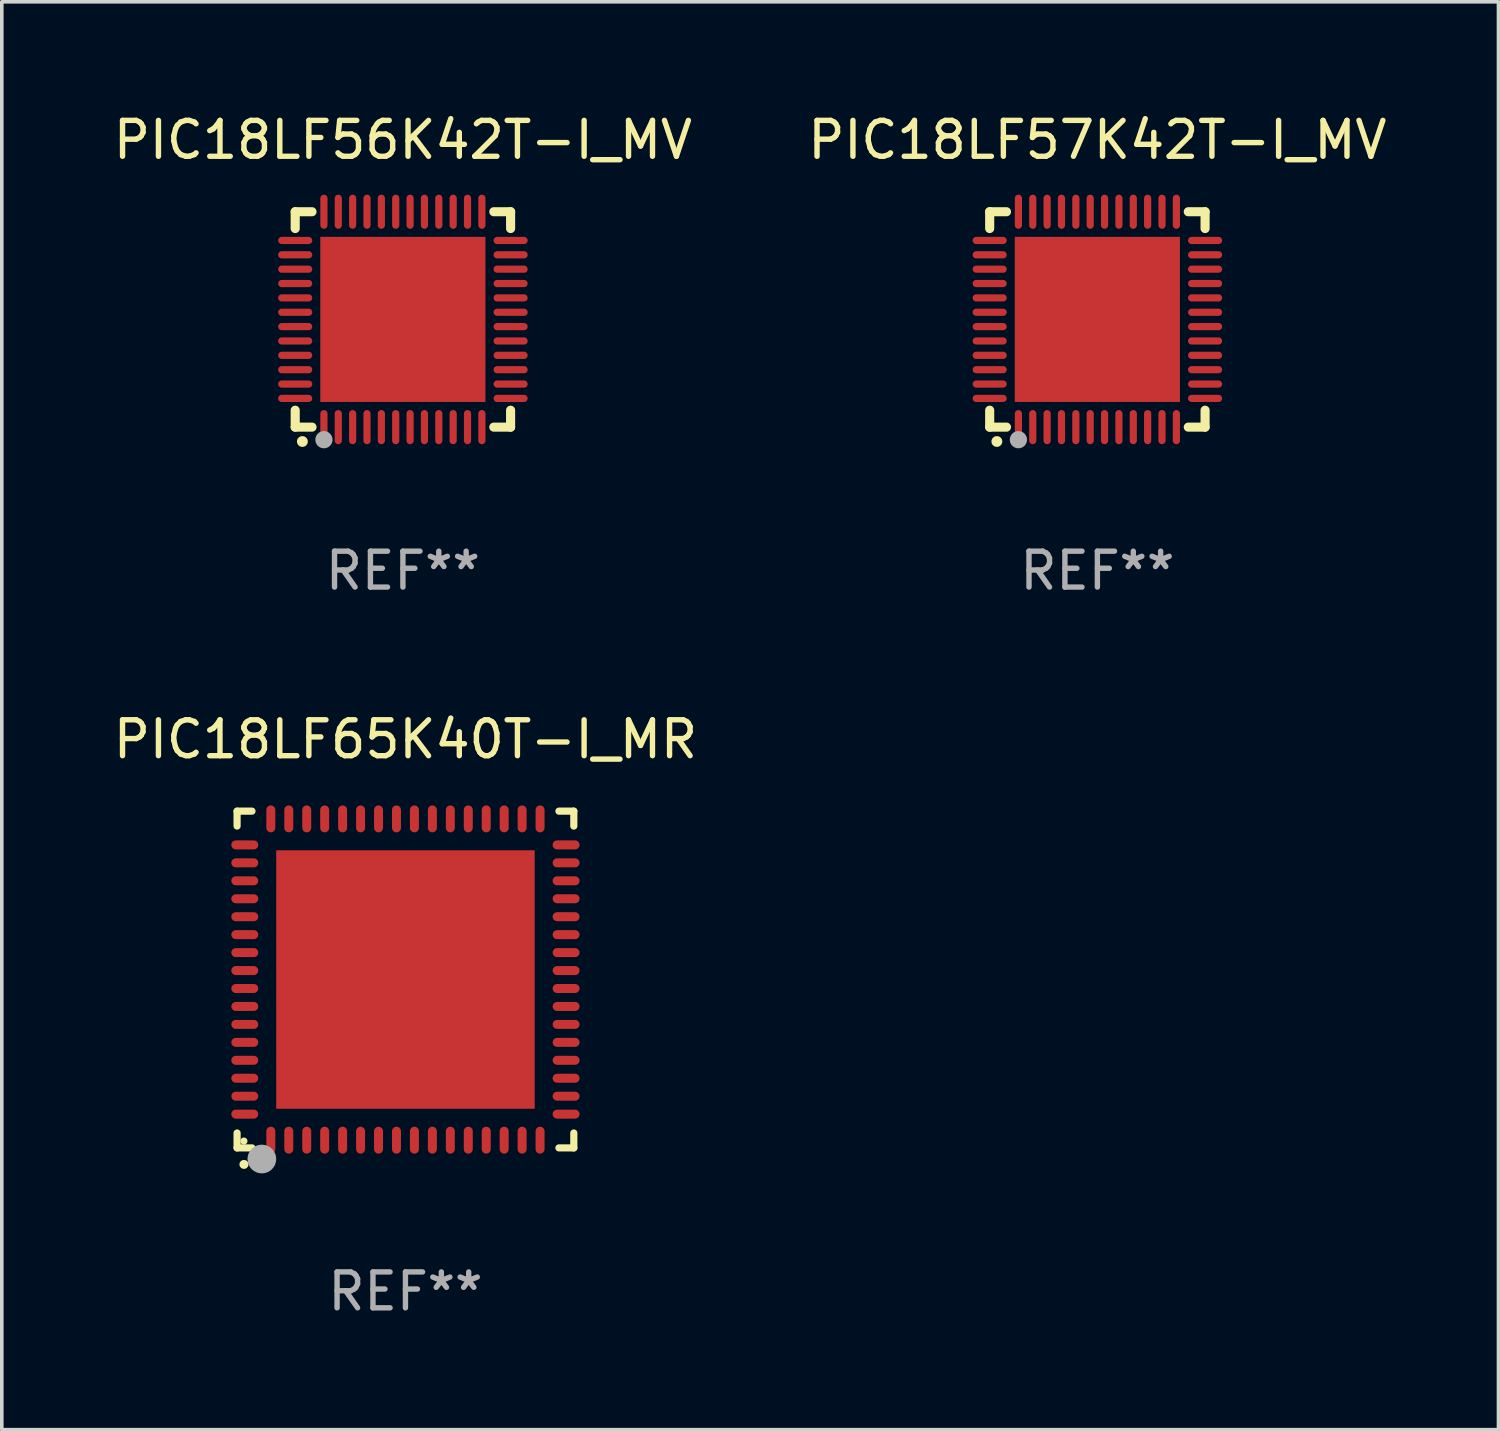
<source format=kicad_pcb>
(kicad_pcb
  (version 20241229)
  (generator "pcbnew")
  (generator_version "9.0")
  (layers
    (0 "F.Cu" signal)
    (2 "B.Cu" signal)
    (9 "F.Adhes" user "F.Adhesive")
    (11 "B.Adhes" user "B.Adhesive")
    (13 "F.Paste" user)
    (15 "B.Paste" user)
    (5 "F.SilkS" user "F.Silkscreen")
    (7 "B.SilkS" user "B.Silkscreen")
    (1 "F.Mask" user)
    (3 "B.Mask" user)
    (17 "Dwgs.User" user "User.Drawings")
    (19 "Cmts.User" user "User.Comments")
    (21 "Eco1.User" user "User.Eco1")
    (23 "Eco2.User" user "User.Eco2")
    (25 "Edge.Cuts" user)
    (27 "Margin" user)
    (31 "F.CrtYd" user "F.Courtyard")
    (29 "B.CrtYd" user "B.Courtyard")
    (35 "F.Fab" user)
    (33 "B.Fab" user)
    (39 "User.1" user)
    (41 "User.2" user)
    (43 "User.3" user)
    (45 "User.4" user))
  (footprint "PIC18LF56K42T-I_MV"
    (layer "F.Cu")
    (at 8.173 5.848)
    (property "Reference" "PIC18LF56K42T-I_MV" (at 0 -5 0) (layer "F.SilkS") (effects (font (size 1 1) (thickness 0.15))))
    (attr through_hole)
    (fp_line (start -3 -3) (end -2.532 -3) (stroke (width 0.254) (type solid)) (layer "F.SilkS"))
    (fp_line (start -3 -2.532) (end -3 -3) (stroke (width 0.254) (type solid)) (layer "F.SilkS"))
    (fp_line (start -3 3) (end -3 2.529) (stroke (width 0.254) (type solid)) (layer "F.SilkS"))
    (fp_line (start -2.532 3) (end -3 3) (stroke (width 0.254) (type solid)) (layer "F.SilkS"))
    (fp_line (start 2.532 -3) (end 3 -3) (stroke (width 0.254) (type solid)) (layer "F.SilkS"))
    (fp_line (start 3 -3) (end 3 -2.532) (stroke (width 0.254) (type solid)) (layer "F.SilkS"))
    (fp_line (start 3 2.529) (end 3 3) (stroke (width 0.254) (type solid)) (layer "F.SilkS"))
    (fp_line (start 3 3) (end 2.532 3) (stroke (width 0.254) (type solid)) (layer "F.SilkS"))
    (fp_arc (start -2.801295 3.400025) (mid -2.800025 3.40002) (end -2.798755 3.400025) (stroke (width 0.3) (type solid)) (layer "F.SilkS"))
    (fp_circle (center -3 3) (end -2.97 3) (stroke (width 0.06) (type solid)) (fill no) (layer "F.SilkS"))
    (fp_circle (center -2.2 3.35) (end -2.08 3.35) (stroke (width 0.24) (type solid)) (fill no) (layer "F.Fab"))
    (fp_text user "REF**" (at 0 7 0) (layer "F.Fab") (effects (font (size 1 1) (thickness 0.15))))
    (pad "1" smd oval (at -2.2 3) (size 0.2 0.95) (layers "F.Cu" "F.Mask" "F.Paste"))
    (pad "2" smd oval (at -1.8 3) (size 0.2 0.95) (layers "F.Cu" "F.Mask" "F.Paste"))
    (pad "3" smd oval (at -1.4 3) (size 0.2 0.95) (layers "F.Cu" "F.Mask" "F.Paste"))
    (pad "4" smd oval (at -1 3) (size 0.2 0.95) (layers "F.Cu" "F.Mask" "F.Paste"))
    (pad "5" smd oval (at -0.6 3) (size 0.2 0.95) (layers "F.Cu" "F.Mask" "F.Paste"))
    (pad "6" smd oval (at -0.2 3) (size 0.2 0.95) (layers "F.Cu" "F.Mask" "F.Paste"))
    (pad "7" smd oval (at 0.2 3) (size 0.2 0.95) (layers "F.Cu" "F.Mask" "F.Paste"))
    (pad "8" smd oval (at 0.6 3) (size 0.2 0.95) (layers "F.Cu" "F.Mask" "F.Paste"))
    (pad "9" smd oval (at 1 3) (size 0.2 0.95) (layers "F.Cu" "F.Mask" "F.Paste"))
    (pad "10" smd oval (at 1.4 3) (size 0.2 0.95) (layers "F.Cu" "F.Mask" "F.Paste"))
    (pad "11" smd oval (at 1.8 3) (size 0.2 0.95) (layers "F.Cu" "F.Mask" "F.Paste"))
    (pad "12" smd oval (at 2.2 3) (size 0.2 0.95) (layers "F.Cu" "F.Mask" "F.Paste"))
    (pad "13" smd oval (at 3 2.2 90) (size 0.2 0.95) (layers "F.Cu" "F.Mask" "F.Paste"))
    (pad "14" smd oval (at 3 1.8 90) (size 0.2 0.95) (layers "F.Cu" "F.Mask" "F.Paste"))
    (pad "15" smd oval (at 3 1.4 90) (size 0.2 0.95) (layers "F.Cu" "F.Mask" "F.Paste"))
    (pad "16" smd oval (at 3 1 90) (size 0.2 0.95) (layers "F.Cu" "F.Mask" "F.Paste"))
    (pad "17" smd oval (at 3 0.6 90) (size 0.2 0.95) (layers "F.Cu" "F.Mask" "F.Paste"))
    (pad "18" smd oval (at 3 0.2 90) (size 0.2 0.95) (layers "F.Cu" "F.Mask" "F.Paste"))
    (pad "19" smd oval (at 3 -0.2 90) (size 0.2 0.95) (layers "F.Cu" "F.Mask" "F.Paste"))
    (pad "20" smd oval (at 3 -0.6 90) (size 0.2 0.95) (layers "F.Cu" "F.Mask" "F.Paste"))
    (pad "21" smd oval (at 3 -1 90) (size 0.2 0.95) (layers "F.Cu" "F.Mask" "F.Paste"))
    (pad "22" smd oval (at 3 -1.4 90) (size 0.2 0.95) (layers "F.Cu" "F.Mask" "F.Paste"))
    (pad "23" smd oval (at 3 -1.8 90) (size 0.2 0.95) (layers "F.Cu" "F.Mask" "F.Paste"))
    (pad "24" smd oval (at 3 -2.2 90) (size 0.2 0.95) (layers "F.Cu" "F.Mask" "F.Paste"))
    (pad "25" smd oval (at 2.2 -3 180) (size 0.2 0.95) (layers "F.Cu" "F.Mask" "F.Paste"))
    (pad "26" smd oval (at 1.8 -3 180) (size 0.2 0.95) (layers "F.Cu" "F.Mask" "F.Paste"))
    (pad "27" smd oval (at 1.4 -3 180) (size 0.2 0.95) (layers "F.Cu" "F.Mask" "F.Paste"))
    (pad "28" smd oval (at 1 -3 180) (size 0.2 0.95) (layers "F.Cu" "F.Mask" "F.Paste"))
    (pad "29" smd oval (at 0.6 -3 180) (size 0.2 0.95) (layers "F.Cu" "F.Mask" "F.Paste"))
    (pad "30" smd oval (at 0.2 -3 180) (size 0.2 0.95) (layers "F.Cu" "F.Mask" "F.Paste"))
    (pad "31" smd oval (at -0.2 -3 180) (size 0.2 0.95) (layers "F.Cu" "F.Mask" "F.Paste"))
    (pad "32" smd oval (at -0.6 -3 180) (size 0.2 0.95) (layers "F.Cu" "F.Mask" "F.Paste"))
    (pad "33" smd oval (at -1 -3 180) (size 0.2 0.95) (layers "F.Cu" "F.Mask" "F.Paste"))
    (pad "34" smd oval (at -1.4 -3 180) (size 0.2 0.95) (layers "F.Cu" "F.Mask" "F.Paste"))
    (pad "35" smd oval (at -1.8 -3 180) (size 0.2 0.95) (layers "F.Cu" "F.Mask" "F.Paste"))
    (pad "36" smd oval (at -2.2 -3 180) (size 0.2 0.95) (layers "F.Cu" "F.Mask" "F.Paste"))
    (pad "37" smd oval (at -3 -2.2 270) (size 0.2 0.95) (layers "F.Cu" "F.Mask" "F.Paste"))
    (pad "38" smd oval (at -3 -1.8 270) (size 0.2 0.95) (layers "F.Cu" "F.Mask" "F.Paste"))
    (pad "39" smd oval (at -3 -1.4 270) (size 0.2 0.95) (layers "F.Cu" "F.Mask" "F.Paste"))
    (pad "40" smd oval (at -3 -1 270) (size 0.2 0.95) (layers "F.Cu" "F.Mask" "F.Paste"))
    (pad "41" smd oval (at -3 -0.6 270) (size 0.2 0.95) (layers "F.Cu" "F.Mask" "F.Paste"))
    (pad "42" smd oval (at -3 -0.2 270) (size 0.2 0.95) (layers "F.Cu" "F.Mask" "F.Paste"))
    (pad "43" smd oval (at -3 0.2 270) (size 0.2 0.95) (layers "F.Cu" "F.Mask" "F.Paste"))
    (pad "44" smd oval (at -3 0.6 270) (size 0.2 0.95) (layers "F.Cu" "F.Mask" "F.Paste"))
    (pad "45" smd oval (at -3 1 270) (size 0.2 0.95) (layers "F.Cu" "F.Mask" "F.Paste"))
    (pad "46" smd oval (at -3 1.4 270) (size 0.2 0.95) (layers "F.Cu" "F.Mask" "F.Paste"))
    (pad "47" smd oval (at -3 1.8 270) (size 0.2 0.95) (layers "F.Cu" "F.Mask" "F.Paste"))
    (pad "48" smd oval (at -3 2.2 270) (size 0.2 0.95) (layers "F.Cu" "F.Mask" "F.Paste"))
    (pad "49" smd rect (at -0.001 -0.001 180) (size 4.6 4.6) (layers "F.Cu" "F.Mask" "F.Paste")))
  (footprint "PIC18LF65K40T-I_MR"
    (layer "F.Cu")
    (at 8.244 24.235)
    (property "Reference" "PIC18LF65K40T-I_MR" (at 0 -6.69 0) (layer "F.SilkS") (effects (font (size 1 1) (thickness 0.15))))
    (attr through_hole)
    (fp_line (start -4.69 -4.69) (end -4.275 -4.69) (stroke (width 0.2) (type solid)) (layer "F.SilkS"))
    (fp_line (start -4.69 -4.275) (end -4.69 -4.69) (stroke (width 0.2) (type solid)) (layer "F.SilkS"))
    (fp_line (start -4.69 4.69) (end -4.69 4.275) (stroke (width 0.2) (type solid)) (layer "F.SilkS"))
    (fp_line (start -4.275 4.69) (end -4.69 4.69) (stroke (width 0.2) (type solid)) (layer "F.SilkS"))
    (fp_line (start 4.275 4.69) (end 4.69 4.69) (stroke (width 0.2) (type solid)) (layer "F.SilkS"))
    (fp_line (start 4.69 -4.69) (end 4.275 -4.69) (stroke (width 0.2) (type solid)) (layer "F.SilkS"))
    (fp_line (start 4.69 -4.275) (end 4.69 -4.69) (stroke (width 0.2) (type solid)) (layer "F.SilkS"))
    (fp_line (start 4.69 4.69) (end 4.69 4.275) (stroke (width 0.2) (type solid)) (layer "F.SilkS"))
    (fp_arc (start -4.499886 5.15) (mid -4.498616 5.149994) (end -4.497346 5.15) (stroke (width 0.24892) (type solid)) (layer "F.SilkS"))
    (fp_circle (center -4.5 4.5) (end -4.45 4.5) (stroke (width 0.1) (type solid)) (fill no) (layer "F.SilkS"))
    (fp_circle (center -4 5) (end -3.8 5) (stroke (width 0.4) (type solid)) (fill no) (layer "F.Fab"))
    (fp_text user "REF**" (at 0 8.69 0) (layer "F.Fab") (effects (font (size 1 1) (thickness 0.15))))
    (pad "1" smd oval (at -3.75 4.475) (size 0.25 0.75) (layers "F.Cu" "F.Mask" "F.Paste"))
    (pad "2" smd oval (at -3.25 4.475) (size 0.25 0.75) (layers "F.Cu" "F.Mask" "F.Paste"))
    (pad "3" smd oval (at -2.75 4.475) (size 0.25 0.75) (layers "F.Cu" "F.Mask" "F.Paste"))
    (pad "4" smd oval (at -2.25 4.475) (size 0.25 0.75) (layers "F.Cu" "F.Mask" "F.Paste"))
    (pad "5" smd oval (at -1.75 4.475) (size 0.25 0.75) (layers "F.Cu" "F.Mask" "F.Paste"))
    (pad "6" smd oval (at -1.25 4.475) (size 0.25 0.75) (layers "F.Cu" "F.Mask" "F.Paste"))
    (pad "7" smd oval (at -0.75 4.475) (size 0.25 0.75) (layers "F.Cu" "F.Mask" "F.Paste"))
    (pad "8" smd oval (at -0.25 4.475) (size 0.25 0.75) (layers "F.Cu" "F.Mask" "F.Paste"))
    (pad "9" smd oval (at 0.25 4.475) (size 0.25 0.75) (layers "F.Cu" "F.Mask" "F.Paste"))
    (pad "10" smd oval (at 0.75 4.475) (size 0.25 0.75) (layers "F.Cu" "F.Mask" "F.Paste"))
    (pad "11" smd oval (at 1.25 4.475) (size 0.25 0.75) (layers "F.Cu" "F.Mask" "F.Paste"))
    (pad "12" smd oval (at 1.75 4.475) (size 0.25 0.75) (layers "F.Cu" "F.Mask" "F.Paste"))
    (pad "13" smd oval (at 2.25 4.475) (size 0.25 0.75) (layers "F.Cu" "F.Mask" "F.Paste"))
    (pad "14" smd oval (at 2.75 4.475) (size 0.25 0.75) (layers "F.Cu" "F.Mask" "F.Paste"))
    (pad "15" smd oval (at 3.25 4.475) (size 0.25 0.75) (layers "F.Cu" "F.Mask" "F.Paste"))
    (pad "16" smd oval (at 3.75 4.475) (size 0.25 0.75) (layers "F.Cu" "F.Mask" "F.Paste"))
    (pad "17" smd oval (at 4.475 3.75) (size 0.75 0.25) (layers "F.Cu" "F.Mask" "F.Paste"))
    (pad "18" smd oval (at 4.475 3.25) (size 0.75 0.25) (layers "F.Cu" "F.Mask" "F.Paste"))
    (pad "19" smd oval (at 4.475 2.75) (size 0.75 0.25) (layers "F.Cu" "F.Mask" "F.Paste"))
    (pad "20" smd oval (at 4.475 2.25) (size 0.75 0.25) (layers "F.Cu" "F.Mask" "F.Paste"))
    (pad "21" smd oval (at 4.475 1.75) (size 0.75 0.25) (layers "F.Cu" "F.Mask" "F.Paste"))
    (pad "22" smd oval (at 4.475 1.25) (size 0.75 0.25) (layers "F.Cu" "F.Mask" "F.Paste"))
    (pad "23" smd oval (at 4.475 0.75) (size 0.75 0.25) (layers "F.Cu" "F.Mask" "F.Paste"))
    (pad "24" smd oval (at 4.475 0.25) (size 0.75 0.25) (layers "F.Cu" "F.Mask" "F.Paste"))
    (pad "25" smd oval (at 4.475 -0.25) (size 0.75 0.25) (layers "F.Cu" "F.Mask" "F.Paste"))
    (pad "26" smd oval (at 4.475 -0.75) (size 0.75 0.25) (layers "F.Cu" "F.Mask" "F.Paste"))
    (pad "27" smd oval (at 4.475 -1.25) (size 0.75 0.25) (layers "F.Cu" "F.Mask" "F.Paste"))
    (pad "28" smd oval (at 4.475 -1.75) (size 0.75 0.25) (layers "F.Cu" "F.Mask" "F.Paste"))
    (pad "29" smd oval (at 4.475 -2.25) (size 0.75 0.25) (layers "F.Cu" "F.Mask" "F.Paste"))
    (pad "30" smd oval (at 4.475 -2.75) (size 0.75 0.25) (layers "F.Cu" "F.Mask" "F.Paste"))
    (pad "31" smd oval (at 4.475 -3.25) (size 0.75 0.25) (layers "F.Cu" "F.Mask" "F.Paste"))
    (pad "32" smd oval (at 4.475 -3.75) (size 0.75 0.25) (layers "F.Cu" "F.Mask" "F.Paste"))
    (pad "33" smd oval (at 3.75 -4.475) (size 0.25 0.75) (layers "F.Cu" "F.Mask" "F.Paste"))
    (pad "34" smd oval (at 3.25 -4.475) (size 0.25 0.75) (layers "F.Cu" "F.Mask" "F.Paste"))
    (pad "35" smd oval (at 2.75 -4.475) (size 0.25 0.75) (layers "F.Cu" "F.Mask" "F.Paste"))
    (pad "36" smd oval (at 2.25 -4.475) (size 0.25 0.75) (layers "F.Cu" "F.Mask" "F.Paste"))
    (pad "37" smd oval (at 1.75 -4.475) (size 0.25 0.75) (layers "F.Cu" "F.Mask" "F.Paste"))
    (pad "38" smd oval (at 1.25 -4.475) (size 0.25 0.75) (layers "F.Cu" "F.Mask" "F.Paste"))
    (pad "39" smd oval (at 0.75 -4.475) (size 0.25 0.75) (layers "F.Cu" "F.Mask" "F.Paste"))
    (pad "40" smd oval (at 0.25 -4.475) (size 0.25 0.75) (layers "F.Cu" "F.Mask" "F.Paste"))
    (pad "41" smd oval (at -0.25 -4.475) (size 0.25 0.75) (layers "F.Cu" "F.Mask" "F.Paste"))
    (pad "42" smd oval (at -0.75 -4.475) (size 0.25 0.75) (layers "F.Cu" "F.Mask" "F.Paste"))
    (pad "43" smd oval (at -1.25 -4.475) (size 0.25 0.75) (layers "F.Cu" "F.Mask" "F.Paste"))
    (pad "44" smd oval (at -1.75 -4.475) (size 0.25 0.75) (layers "F.Cu" "F.Mask" "F.Paste"))
    (pad "45" smd oval (at -2.25 -4.475) (size 0.25 0.75) (layers "F.Cu" "F.Mask" "F.Paste"))
    (pad "46" smd oval (at -2.75 -4.475) (size 0.25 0.75) (layers "F.Cu" "F.Mask" "F.Paste"))
    (pad "47" smd oval (at -3.25 -4.475) (size 0.25 0.75) (layers "F.Cu" "F.Mask" "F.Paste"))
    (pad "48" smd oval (at -3.75 -4.475) (size 0.25 0.75) (layers "F.Cu" "F.Mask" "F.Paste"))
    (pad "49" smd oval (at -4.475 -3.75) (size 0.75 0.25) (layers "F.Cu" "F.Mask" "F.Paste"))
    (pad "50" smd oval (at -4.475 -3.25) (size 0.75 0.25) (layers "F.Cu" "F.Mask" "F.Paste"))
    (pad "51" smd oval (at -4.475 -2.75) (size 0.75 0.25) (layers "F.Cu" "F.Mask" "F.Paste"))
    (pad "52" smd oval (at -4.475 -2.25) (size 0.75 0.25) (layers "F.Cu" "F.Mask" "F.Paste"))
    (pad "53" smd oval (at -4.475 -1.75) (size 0.75 0.25) (layers "F.Cu" "F.Mask" "F.Paste"))
    (pad "54" smd oval (at -4.475 -1.25) (size 0.75 0.25) (layers "F.Cu" "F.Mask" "F.Paste"))
    (pad "55" smd oval (at -4.475 -0.75) (size 0.75 0.25) (layers "F.Cu" "F.Mask" "F.Paste"))
    (pad "56" smd oval (at -4.475 -0.25) (size 0.75 0.25) (layers "F.Cu" "F.Mask" "F.Paste"))
    (pad "57" smd oval (at -4.475 0.25) (size 0.75 0.25) (layers "F.Cu" "F.Mask" "F.Paste"))
    (pad "58" smd oval (at -4.475 0.75) (size 0.75 0.25) (layers "F.Cu" "F.Mask" "F.Paste"))
    (pad "59" smd oval (at -4.475 1.25) (size 0.75 0.25) (layers "F.Cu" "F.Mask" "F.Paste"))
    (pad "60" smd oval (at -4.475 1.75) (size 0.75 0.25) (layers "F.Cu" "F.Mask" "F.Paste"))
    (pad "61" smd oval (at -4.475 2.25) (size 0.75 0.25) (layers "F.Cu" "F.Mask" "F.Paste"))
    (pad "62" smd oval (at -4.475 2.75) (size 0.75 0.25) (layers "F.Cu" "F.Mask" "F.Paste"))
    (pad "63" smd oval (at -4.475 3.25) (size 0.75 0.25) (layers "F.Cu" "F.Mask" "F.Paste"))
    (pad "64" smd oval (at -4.475 3.75) (size 0.75 0.25) (layers "F.Cu" "F.Mask" "F.Paste"))
    (pad "65" smd rect (at 0.000368 0.000013) (size 7.2 7.2) (layers "F.Cu" "F.Mask" "F.Paste")))
  (footprint "PIC18LF57K42T-I_MV"
    (layer "F.Cu")
    (at 27.518 5.848)
    (property "Reference" "PIC18LF57K42T-I_MV" (at 0 -5 0) (layer "F.SilkS") (effects (font (size 1 1) (thickness 0.15))))
    (attr through_hole)
    (fp_line (start -3 -3) (end -2.532 -3) (stroke (width 0.254) (type solid)) (layer "F.SilkS"))
    (fp_line (start -3 -2.532) (end -3 -3) (stroke (width 0.254) (type solid)) (layer "F.SilkS"))
    (fp_line (start -3 3) (end -3 2.529) (stroke (width 0.254) (type solid)) (layer "F.SilkS"))
    (fp_line (start -2.532 3) (end -3 3) (stroke (width 0.254) (type solid)) (layer "F.SilkS"))
    (fp_line (start 2.532 -3) (end 3 -3) (stroke (width 0.254) (type solid)) (layer "F.SilkS"))
    (fp_line (start 3 -3) (end 3 -2.532) (stroke (width 0.254) (type solid)) (layer "F.SilkS"))
    (fp_line (start 3 2.529) (end 3 3) (stroke (width 0.254) (type solid)) (layer "F.SilkS"))
    (fp_line (start 3 3) (end 2.532 3) (stroke (width 0.254) (type solid)) (layer "F.SilkS"))
    (fp_arc (start -2.801295 3.400025) (mid -2.800025 3.40002) (end -2.798755 3.400025) (stroke (width 0.3) (type solid)) (layer "F.SilkS"))
    (fp_circle (center -3 3) (end -2.97 3) (stroke (width 0.06) (type solid)) (fill no) (layer "F.SilkS"))
    (fp_circle (center -2.2 3.35) (end -2.08 3.35) (stroke (width 0.24) (type solid)) (fill no) (layer "F.Fab"))
    (fp_text user "REF**" (at 0 7 0) (layer "F.Fab") (effects (font (size 1 1) (thickness 0.15))))
    (pad "1" smd oval (at -2.2 3) (size 0.2 0.95) (layers "F.Cu" "F.Mask" "F.Paste"))
    (pad "2" smd oval (at -1.8 3) (size 0.2 0.95) (layers "F.Cu" "F.Mask" "F.Paste"))
    (pad "3" smd oval (at -1.4 3) (size 0.2 0.95) (layers "F.Cu" "F.Mask" "F.Paste"))
    (pad "4" smd oval (at -1 3) (size 0.2 0.95) (layers "F.Cu" "F.Mask" "F.Paste"))
    (pad "5" smd oval (at -0.6 3) (size 0.2 0.95) (layers "F.Cu" "F.Mask" "F.Paste"))
    (pad "6" smd oval (at -0.2 3) (size 0.2 0.95) (layers "F.Cu" "F.Mask" "F.Paste"))
    (pad "7" smd oval (at 0.2 3) (size 0.2 0.95) (layers "F.Cu" "F.Mask" "F.Paste"))
    (pad "8" smd oval (at 0.6 3) (size 0.2 0.95) (layers "F.Cu" "F.Mask" "F.Paste"))
    (pad "9" smd oval (at 1 3) (size 0.2 0.95) (layers "F.Cu" "F.Mask" "F.Paste"))
    (pad "10" smd oval (at 1.4 3) (size 0.2 0.95) (layers "F.Cu" "F.Mask" "F.Paste"))
    (pad "11" smd oval (at 1.8 3) (size 0.2 0.95) (layers "F.Cu" "F.Mask" "F.Paste"))
    (pad "12" smd oval (at 2.2 3) (size 0.2 0.95) (layers "F.Cu" "F.Mask" "F.Paste"))
    (pad "13" smd oval (at 3 2.2 90) (size 0.2 0.95) (layers "F.Cu" "F.Mask" "F.Paste"))
    (pad "14" smd oval (at 3 1.8 90) (size 0.2 0.95) (layers "F.Cu" "F.Mask" "F.Paste"))
    (pad "15" smd oval (at 3 1.4 90) (size 0.2 0.95) (layers "F.Cu" "F.Mask" "F.Paste"))
    (pad "16" smd oval (at 3 1 90) (size 0.2 0.95) (layers "F.Cu" "F.Mask" "F.Paste"))
    (pad "17" smd oval (at 3 0.6 90) (size 0.2 0.95) (layers "F.Cu" "F.Mask" "F.Paste"))
    (pad "18" smd oval (at 3 0.2 90) (size 0.2 0.95) (layers "F.Cu" "F.Mask" "F.Paste"))
    (pad "19" smd oval (at 3 -0.2 90) (size 0.2 0.95) (layers "F.Cu" "F.Mask" "F.Paste"))
    (pad "20" smd oval (at 3 -0.6 90) (size 0.2 0.95) (layers "F.Cu" "F.Mask" "F.Paste"))
    (pad "21" smd oval (at 3 -1 90) (size 0.2 0.95) (layers "F.Cu" "F.Mask" "F.Paste"))
    (pad "22" smd oval (at 3 -1.4 90) (size 0.2 0.95) (layers "F.Cu" "F.Mask" "F.Paste"))
    (pad "23" smd oval (at 3 -1.8 90) (size 0.2 0.95) (layers "F.Cu" "F.Mask" "F.Paste"))
    (pad "24" smd oval (at 3 -2.2 90) (size 0.2 0.95) (layers "F.Cu" "F.Mask" "F.Paste"))
    (pad "25" smd oval (at 2.2 -3 180) (size 0.2 0.95) (layers "F.Cu" "F.Mask" "F.Paste"))
    (pad "26" smd oval (at 1.8 -3 180) (size 0.2 0.95) (layers "F.Cu" "F.Mask" "F.Paste"))
    (pad "27" smd oval (at 1.4 -3 180) (size 0.2 0.95) (layers "F.Cu" "F.Mask" "F.Paste"))
    (pad "28" smd oval (at 1 -3 180) (size 0.2 0.95) (layers "F.Cu" "F.Mask" "F.Paste"))
    (pad "29" smd oval (at 0.6 -3 180) (size 0.2 0.95) (layers "F.Cu" "F.Mask" "F.Paste"))
    (pad "30" smd oval (at 0.2 -3 180) (size 0.2 0.95) (layers "F.Cu" "F.Mask" "F.Paste"))
    (pad "31" smd oval (at -0.2 -3 180) (size 0.2 0.95) (layers "F.Cu" "F.Mask" "F.Paste"))
    (pad "32" smd oval (at -0.6 -3 180) (size 0.2 0.95) (layers "F.Cu" "F.Mask" "F.Paste"))
    (pad "33" smd oval (at -1 -3 180) (size 0.2 0.95) (layers "F.Cu" "F.Mask" "F.Paste"))
    (pad "34" smd oval (at -1.4 -3 180) (size 0.2 0.95) (layers "F.Cu" "F.Mask" "F.Paste"))
    (pad "35" smd oval (at -1.8 -3 180) (size 0.2 0.95) (layers "F.Cu" "F.Mask" "F.Paste"))
    (pad "36" smd oval (at -2.2 -3 180) (size 0.2 0.95) (layers "F.Cu" "F.Mask" "F.Paste"))
    (pad "37" smd oval (at -3 -2.2 270) (size 0.2 0.95) (layers "F.Cu" "F.Mask" "F.Paste"))
    (pad "38" smd oval (at -3 -1.8 270) (size 0.2 0.95) (layers "F.Cu" "F.Mask" "F.Paste"))
    (pad "39" smd oval (at -3 -1.4 270) (size 0.2 0.95) (layers "F.Cu" "F.Mask" "F.Paste"))
    (pad "40" smd oval (at -3 -1 270) (size 0.2 0.95) (layers "F.Cu" "F.Mask" "F.Paste"))
    (pad "41" smd oval (at -3 -0.6 270) (size 0.2 0.95) (layers "F.Cu" "F.Mask" "F.Paste"))
    (pad "42" smd oval (at -3 -0.2 270) (size 0.2 0.95) (layers "F.Cu" "F.Mask" "F.Paste"))
    (pad "43" smd oval (at -3 0.2 270) (size 0.2 0.95) (layers "F.Cu" "F.Mask" "F.Paste"))
    (pad "44" smd oval (at -3 0.6 270) (size 0.2 0.95) (layers "F.Cu" "F.Mask" "F.Paste"))
    (pad "45" smd oval (at -3 1 270) (size 0.2 0.95) (layers "F.Cu" "F.Mask" "F.Paste"))
    (pad "46" smd oval (at -3 1.4 270) (size 0.2 0.95) (layers "F.Cu" "F.Mask" "F.Paste"))
    (pad "47" smd oval (at -3 1.8 270) (size 0.2 0.95) (layers "F.Cu" "F.Mask" "F.Paste"))
    (pad "48" smd oval (at -3 2.2 270) (size 0.2 0.95) (layers "F.Cu" "F.Mask" "F.Paste"))
    (pad "49" smd rect (at -0.001 -0.001 180) (size 4.6 4.6) (layers "F.Cu" "F.Mask" "F.Paste")))
  (gr_rect
    (start -3 -3)
    (end 38.69 36.773)
    (stroke (width 0.1) (type default))
    (fill no)
    (layer "Edge.Cuts")))
</source>
